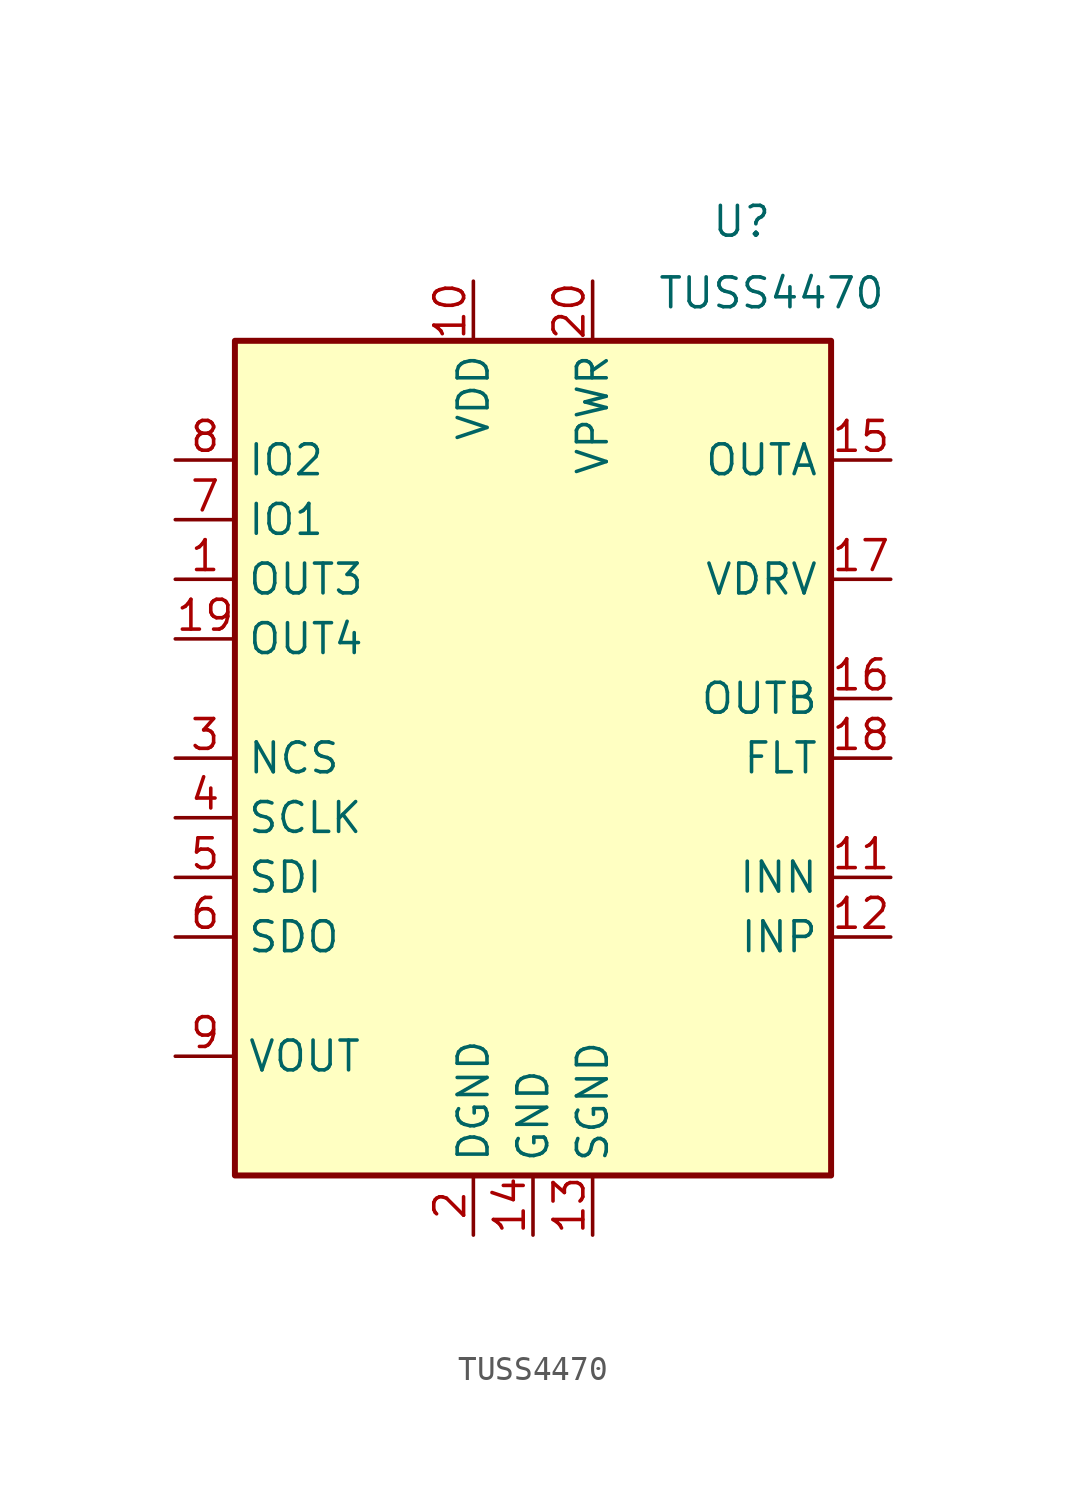
<source format=kicad_sym>
(kicad_symbol_lib
  (version 20241209)
  (generator "kicad_symbol_editor")
  (generator_version "9.0")
  (symbol "TUSS4470"
    (property "Reference" "U"
      (at 8.89 25.4 0)
      (effects (font (size 1.27 1.27))))
    (property "Value" "TUSS4470"
      (at 10.16 22.352 0)
      (effects (font (size 1.27 1.27))))
    (symbol "TUSS4470_1_1"
      (rectangle (start -12.7 20.32) (end 12.7 -15.24) (stroke (width 0.254) (type solid)) (fill (type background)))
      (pin input line (at -15.24 15.24 0) (length 2.54) (name "IO2" (effects (font (size 1.27 1.27)))) (number "8" (effects (font (size 1.27 1.27)))))
      (pin input line (at -15.24 12.7 0) (length 2.54) (name "IO1" (effects (font (size 1.27 1.27)))) (number "7" (effects (font (size 1.27 1.27)))))
      (pin output line (at -15.24 10.16 0) (length 2.54) (name "OUT3" (effects (font (size 1.27 1.27)))) (number "1" (effects (font (size 1.27 1.27)))))
      (pin output line (at -15.24 7.62 0) (length 2.54) (name "OUT4" (effects (font (size 1.27 1.27)))) (number "19" (effects (font (size 1.27 1.27)))))
      (pin input line (at -15.24 2.54 0) (length 2.54) (name "NCS" (effects (font (size 1.27 1.27)))) (number "3" (effects (font (size 1.27 1.27)))))
      (pin input line (at -15.24 0 0) (length 2.54) (name "SCLK" (effects (font (size 1.27 1.27)))) (number "4" (effects (font (size 1.27 1.27)))))
      (pin input line (at -15.24 -2.54 0) (length 2.54) (name "SDI" (effects (font (size 1.27 1.27)))) (number "5" (effects (font (size 1.27 1.27)))))
      (pin output line (at -15.24 -5.08 0) (length 2.54) (name "SDO" (effects (font (size 1.27 1.27)))) (number "6" (effects (font (size 1.27 1.27)))))
      (pin output line (at -15.24 -10.16 0) (length 2.54) (name "VOUT" (effects (font (size 1.27 1.27)))) (number "9" (effects (font (size 1.27 1.27)))))
      (pin power_in line (at -2.54 22.86 270) (length 2.54) (name "VDD" (effects (font (size 1.27 1.27)))) (number "10" (effects (font (size 1.27 1.27)))))
      (pin power_in line (at -2.54 -17.78 90) (length 2.54) (name "DGND" (effects (font (size 1.27 1.27)))) (number "2" (effects (font (size 1.27 1.27)))))
      (pin power_in line (at 0 -17.78 90) (length 2.54) (name "GND" (effects (font (size 1.27 1.27)))) (number "14" (effects (font (size 1.27 1.27)))))
      (pin power_in line (at 2.54 22.86 270) (length 2.54) (name "VPWR" (effects (font (size 1.27 1.27)))) (number "20" (effects (font (size 1.27 1.27)))))
      (pin power_in line (at 2.54 -17.78 90) (length 2.54) (name "SGND" (effects (font (size 1.27 1.27)))) (number "13" (effects (font (size 1.27 1.27)))))
      (pin output line (at 15.24 15.24 180) (length 2.54) (name "OUTA" (effects (font (size 1.27 1.27)))) (number "15" (effects (font (size 1.27 1.27)))))
      (pin power_in line (at 15.24 10.16 180) (length 2.54) (name "VDRV" (effects (font (size 1.27 1.27)))) (number "17" (effects (font (size 1.27 1.27)))))
      (pin output line (at 15.24 5.08 180) (length 2.54) (name "OUTB" (effects (font (size 1.27 1.27)))) (number "16" (effects (font (size 1.27 1.27)))))
      (pin bidirectional line (at 15.24 2.54 180) (length 2.54) (name "FLT" (effects (font (size 1.27 1.27)))) (number "18" (effects (font (size 1.27 1.27)))))
      (pin input line (at 15.24 -2.54 180) (length 2.54) (name "INN" (effects (font (size 1.27 1.27)))) (number "11" (effects (font (size 1.27 1.27)))))
      (pin input line (at 15.24 -5.08 180) (length 2.54) (name "INP" (effects (font (size 1.27 1.27)))) (number "12" (effects (font (size 1.27 1.27))))))))
</source>
